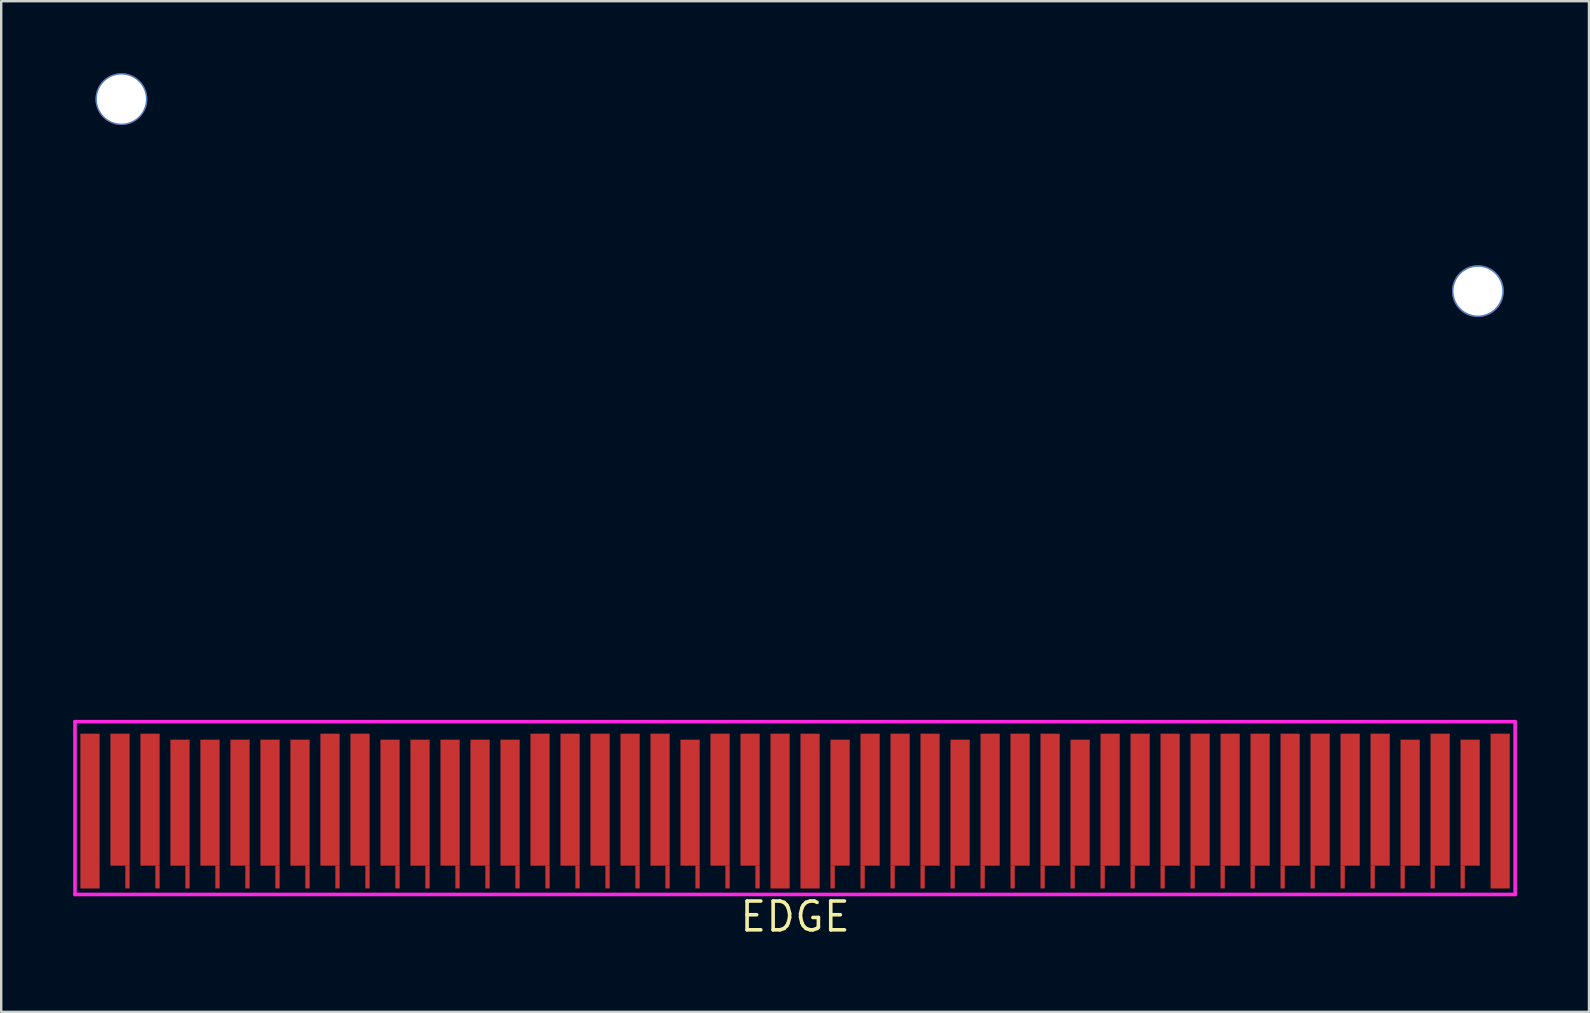
<source format=kicad_pcb>
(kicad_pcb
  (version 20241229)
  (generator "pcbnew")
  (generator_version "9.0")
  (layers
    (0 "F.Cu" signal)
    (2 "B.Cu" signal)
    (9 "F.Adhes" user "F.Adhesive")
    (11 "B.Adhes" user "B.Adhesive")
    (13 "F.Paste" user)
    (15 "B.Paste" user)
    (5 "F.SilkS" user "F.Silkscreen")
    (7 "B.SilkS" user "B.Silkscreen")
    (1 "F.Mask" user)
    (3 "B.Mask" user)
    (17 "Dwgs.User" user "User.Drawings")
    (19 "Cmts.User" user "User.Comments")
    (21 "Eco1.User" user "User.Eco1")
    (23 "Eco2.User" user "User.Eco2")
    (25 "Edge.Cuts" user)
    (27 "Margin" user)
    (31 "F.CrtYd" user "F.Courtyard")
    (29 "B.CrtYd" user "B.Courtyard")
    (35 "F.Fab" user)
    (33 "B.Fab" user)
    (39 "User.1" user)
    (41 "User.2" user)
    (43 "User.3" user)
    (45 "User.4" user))
  (footprint "EDGE"
    (layer "F.Cu")
    (at 30.075 30.416)
    (property "Reference" "EDGE" (at 0 4.725 0) (layer "F.SilkS") (effects (font (size 1.2 1.2) (thickness 0.15))))
    (attr through_hole)
    (fp_line (start -30 -3.4) (end 30 -3.4) (stroke (width 0.15) (type solid)) (layer "F.CrtYd"))
    (fp_line (start -30 3.8) (end -30 -3.4) (stroke (width 0.15) (type solid)) (layer "F.CrtYd"))
    (fp_line (start -30 3.8) (end 30 3.8) (stroke (width 0.15) (type solid)) (layer "F.CrtYd"))
    (fp_line (start 30 -3.4) (end 30 3.8) (stroke (width 0.15) (type solid)) (layer "F.CrtYd"))
    (pad "0" smd rect (at -29.375 0) (size 0.001 0.001) (layers "F.Cu" "F.Mask" "F.Paste"))
    (pad "0" smd rect (at 29.375 0) (size 0.001 0.001) (layers "F.Cu" "F.Mask" "F.Paste"))
    (pad "1" smd rect (at -29.375 0.325) (size 0.8 6.45) (layers "F.Cu"))
    (pad "2" smd rect (at -28.125 -0.15) (size 0.8 5.5) (layers "F.Cu"))
    (pad "2" smd rect (at -27.814 3.073) (size 0.178 0.95) (layers "F.Cu"))
    (pad "3" smd rect (at -26.875 -0.15) (size 0.8 5.5) (layers "F.Cu"))
    (pad "3" smd rect (at -26.564 3.073) (size 0.178 0.95) (layers "F.Cu"))
    (pad "4" smd rect (at -25.625 -0.025) (size 0.8 5.25) (layers "F.Cu"))
    (pad "4" smd rect (at -25.314 3.073) (size 0.178 0.95) (layers "F.Cu"))
    (pad "5" smd rect (at -24.375 -0.025) (size 0.8 5.25) (layers "F.Cu"))
    (pad "5" smd rect (at -24.064 3.073) (size 0.178 0.95) (layers "F.Cu"))
    (pad "6" smd rect (at -23.125 -0.025) (size 0.8 5.25) (layers "F.Cu"))
    (pad "6" smd rect (at -22.814 3.073) (size 0.178 0.95) (layers "F.Cu"))
    (pad "7" smd rect (at -21.875 -0.025) (size 0.8 5.25) (layers "F.Cu"))
    (pad "7" smd rect (at -21.564 3.073) (size 0.178 0.95) (layers "F.Cu"))
    (pad "8" smd rect (at -20.625 -0.025) (size 0.8 5.25) (layers "F.Cu"))
    (pad "8" smd rect (at -20.314 3.073) (size 0.178 0.95) (layers "F.Cu"))
    (pad "9" smd rect (at -19.375 -0.15) (size 0.8 5.5) (layers "F.Cu"))
    (pad "9" smd rect (at -19.064 3.073) (size 0.178 0.95) (layers "F.Cu"))
    (pad "10" smd rect (at -18.125 -0.15) (size 0.8 5.5) (layers "F.Cu"))
    (pad "10" smd rect (at -17.814 3.073) (size 0.178 0.95) (layers "F.Cu"))
    (pad "11" smd rect (at -16.875 -0.025) (size 0.8 5.25) (layers "F.Cu"))
    (pad "11" smd rect (at -16.564 3.073) (size 0.178 0.95) (layers "F.Cu"))
    (pad "12" smd rect (at -15.625 -0.025) (size 0.8 5.25) (layers "F.Cu"))
    (pad "12" smd rect (at -15.314 3.073) (size 0.178 0.95) (layers "F.Cu"))
    (pad "13" smd rect (at -14.375 -0.025) (size 0.8 5.25) (layers "F.Cu"))
    (pad "13" smd rect (at -14.064 3.073) (size 0.178 0.95) (layers "F.Cu"))
    (pad "14" smd rect (at -13.125 -0.025) (size 0.8 5.25) (layers "F.Cu"))
    (pad "14" smd rect (at -12.814 3.073) (size 0.178 0.95) (layers "F.Cu"))
    (pad "15" smd rect (at -11.875 -0.025) (size 0.8 5.25) (layers "F.Cu"))
    (pad "15" smd rect (at -11.564 3.073) (size 0.178 0.95) (layers "F.Cu"))
    (pad "16" smd rect (at -10.625 -0.15) (size 0.8 5.5) (layers "F.Cu"))
    (pad "16" smd rect (at -10.314 3.073) (size 0.178 0.95) (layers "F.Cu"))
    (pad "17" smd rect (at -9.375 -0.15) (size 0.8 5.5) (layers "F.Cu"))
    (pad "17" smd rect (at -9.064 3.073) (size 0.178 0.95) (layers "F.Cu"))
    (pad "18" smd rect (at -8.125 -0.15) (size 0.8 5.5) (layers "F.Cu"))
    (pad "18" smd rect (at -7.814 3.073) (size 0.178 0.95) (layers "F.Cu"))
    (pad "19" smd rect (at -6.875 -0.15) (size 0.8 5.5) (layers "F.Cu"))
    (pad "19" smd rect (at -6.564 3.073) (size 0.178 0.95) (layers "F.Cu"))
    (pad "20" smd rect (at -5.625 -0.15) (size 0.8 5.5) (layers "F.Cu"))
    (pad "20" smd rect (at -5.314 3.073) (size 0.178 0.95) (layers "F.Cu"))
    (pad "21" smd rect (at -4.375 -0.025) (size 0.8 5.25) (layers "F.Cu"))
    (pad "21" smd rect (at -4.064 3.073) (size 0.178 0.95) (layers "F.Cu"))
    (pad "22" smd rect (at -3.125 -0.15) (size 0.8 5.5) (layers "F.Cu"))
    (pad "22" smd rect (at -2.814 3.073) (size 0.178 0.95) (layers "F.Cu"))
    (pad "23" smd rect (at -1.875 -0.15) (size 0.8 5.5) (layers "F.Cu"))
    (pad "23" smd rect (at -1.564 3.073) (size 0.178 0.95) (layers "F.Cu"))
    (pad "24" smd rect (at -0.625 0.325) (size 0.8 6.45) (layers "F.Cu"))
    (pad "25" smd rect (at 0.625 0.325) (size 0.8 6.45) (layers "F.Cu"))
    (pad "26" smd rect (at 1.564 3.073) (size 0.178 0.95) (layers "F.Cu"))
    (pad "26" smd rect (at 1.875 -0.025) (size 0.8 5.25) (layers "F.Cu"))
    (pad "27" smd rect (at 2.814 3.073) (size 0.178 0.95) (layers "F.Cu"))
    (pad "27" smd rect (at 3.125 -0.15) (size 0.8 5.5) (layers "F.Cu"))
    (pad "28" smd rect (at 4.064 3.073) (size 0.178 0.95) (layers "F.Cu"))
    (pad "28" smd rect (at 4.375 -0.15) (size 0.8 5.5) (layers "F.Cu"))
    (pad "29" smd rect (at 5.314 3.073) (size 0.178 0.95) (layers "F.Cu"))
    (pad "29" smd rect (at 5.625 -0.15) (size 0.8 5.5) (layers "F.Cu"))
    (pad "30" smd rect (at 6.564 3.073) (size 0.178 0.95) (layers "F.Cu"))
    (pad "30" smd rect (at 6.875 -0.025) (size 0.8 5.25) (layers "F.Cu"))
    (pad "31" smd rect (at 7.814 3.073) (size 0.178 0.95) (layers "F.Cu"))
    (pad "31" smd rect (at 8.125 -0.15) (size 0.8 5.5) (layers "F.Cu"))
    (pad "32" smd rect (at 9.064 3.073) (size 0.178 0.95) (layers "F.Cu"))
    (pad "32" smd rect (at 9.375 -0.15) (size 0.8 5.5) (layers "F.Cu"))
    (pad "33" smd rect (at 10.314 3.073) (size 0.178 0.95) (layers "F.Cu"))
    (pad "33" smd rect (at 10.625 -0.15) (size 0.8 5.5) (layers "F.Cu"))
    (pad "34" smd rect (at 11.564 3.073) (size 0.178 0.95) (layers "F.Cu"))
    (pad "34" smd rect (at 11.875 -0.025) (size 0.8 5.25) (layers "F.Cu"))
    (pad "35" smd rect (at 12.814 3.073) (size 0.178 0.95) (layers "F.Cu"))
    (pad "35" smd rect (at 13.125 -0.15) (size 0.8 5.5) (layers "F.Cu"))
    (pad "36" smd rect (at 14.064 3.073) (size 0.178 0.95) (layers "F.Cu"))
    (pad "36" smd rect (at 14.375 -0.15) (size 0.8 5.5) (layers "F.Cu"))
    (pad "37" smd rect (at 15.314 3.073) (size 0.178 0.95) (layers "F.Cu"))
    (pad "37" smd rect (at 15.625 -0.15) (size 0.8 5.5) (layers "F.Cu"))
    (pad "38" smd rect (at 16.564 3.073) (size 0.178 0.95) (layers "F.Cu"))
    (pad "38" smd rect (at 16.875 -0.15) (size 0.8 5.5) (layers "F.Cu"))
    (pad "39" smd rect (at 17.814 3.073) (size 0.178 0.95) (layers "F.Cu"))
    (pad "39" smd rect (at 18.125 -0.15) (size 0.8 5.5) (layers "F.Cu"))
    (pad "40" smd rect (at 19.064 3.073) (size 0.178 0.95) (layers "F.Cu"))
    (pad "40" smd rect (at 19.375 -0.15) (size 0.8 5.5) (layers "F.Cu"))
    (pad "41" smd rect (at 20.314 3.073) (size 0.178 0.95) (layers "F.Cu"))
    (pad "41" smd rect (at 20.625 -0.15) (size 0.8 5.5) (layers "F.Cu"))
    (pad "42" smd rect (at 21.564 3.073) (size 0.178 0.95) (layers "F.Cu"))
    (pad "42" smd rect (at 21.875 -0.15) (size 0.8 5.5) (layers "F.Cu"))
    (pad "43" smd rect (at 22.814 3.073) (size 0.178 0.95) (layers "F.Cu"))
    (pad "43" smd rect (at 23.125 -0.15) (size 0.8 5.5) (layers "F.Cu"))
    (pad "44" smd rect (at 24.064 3.073) (size 0.178 0.95) (layers "F.Cu"))
    (pad "44" smd rect (at 24.375 -0.15) (size 0.8 5.5) (layers "F.Cu"))
    (pad "45" smd rect (at 25.314 3.073) (size 0.178 0.95) (layers "F.Cu"))
    (pad "45" smd rect (at 25.625 -0.025) (size 0.8 5.25) (layers "F.Cu"))
    (pad "46" smd rect (at 26.564 3.073) (size 0.178 0.95) (layers "F.Cu"))
    (pad "46" smd rect (at 26.875 -0.15) (size 0.8 5.5) (layers "F.Cu"))
    (pad "47" smd rect (at 27.814 3.073) (size 0.178 0.95) (layers "F.Cu"))
    (pad "47" smd rect (at 28.125 -0.025) (size 0.8 5.25) (layers "F.Cu"))
    (pad "48" smd rect (at 29.375 0.325) (size 0.8 6.45) (layers "F.Cu"))
    (pad "VSS" thru_hole circle (at -28.067 -29.337) (size 2.159 2.159) (drill 2.045) (layers "*.Cu" "*.Mask"))
    (pad "VSS" thru_hole circle (at 28.448 -21.336) (size 2.159 2.159) (drill 2.032) (layers "*.Cu" "*.Mask")))
  (gr_rect
    (start -3 -3)
    (end 63.15 39.107)
    (stroke (width 0.1) (type default))
    (fill no)
    (layer "Edge.Cuts")))
</source>
